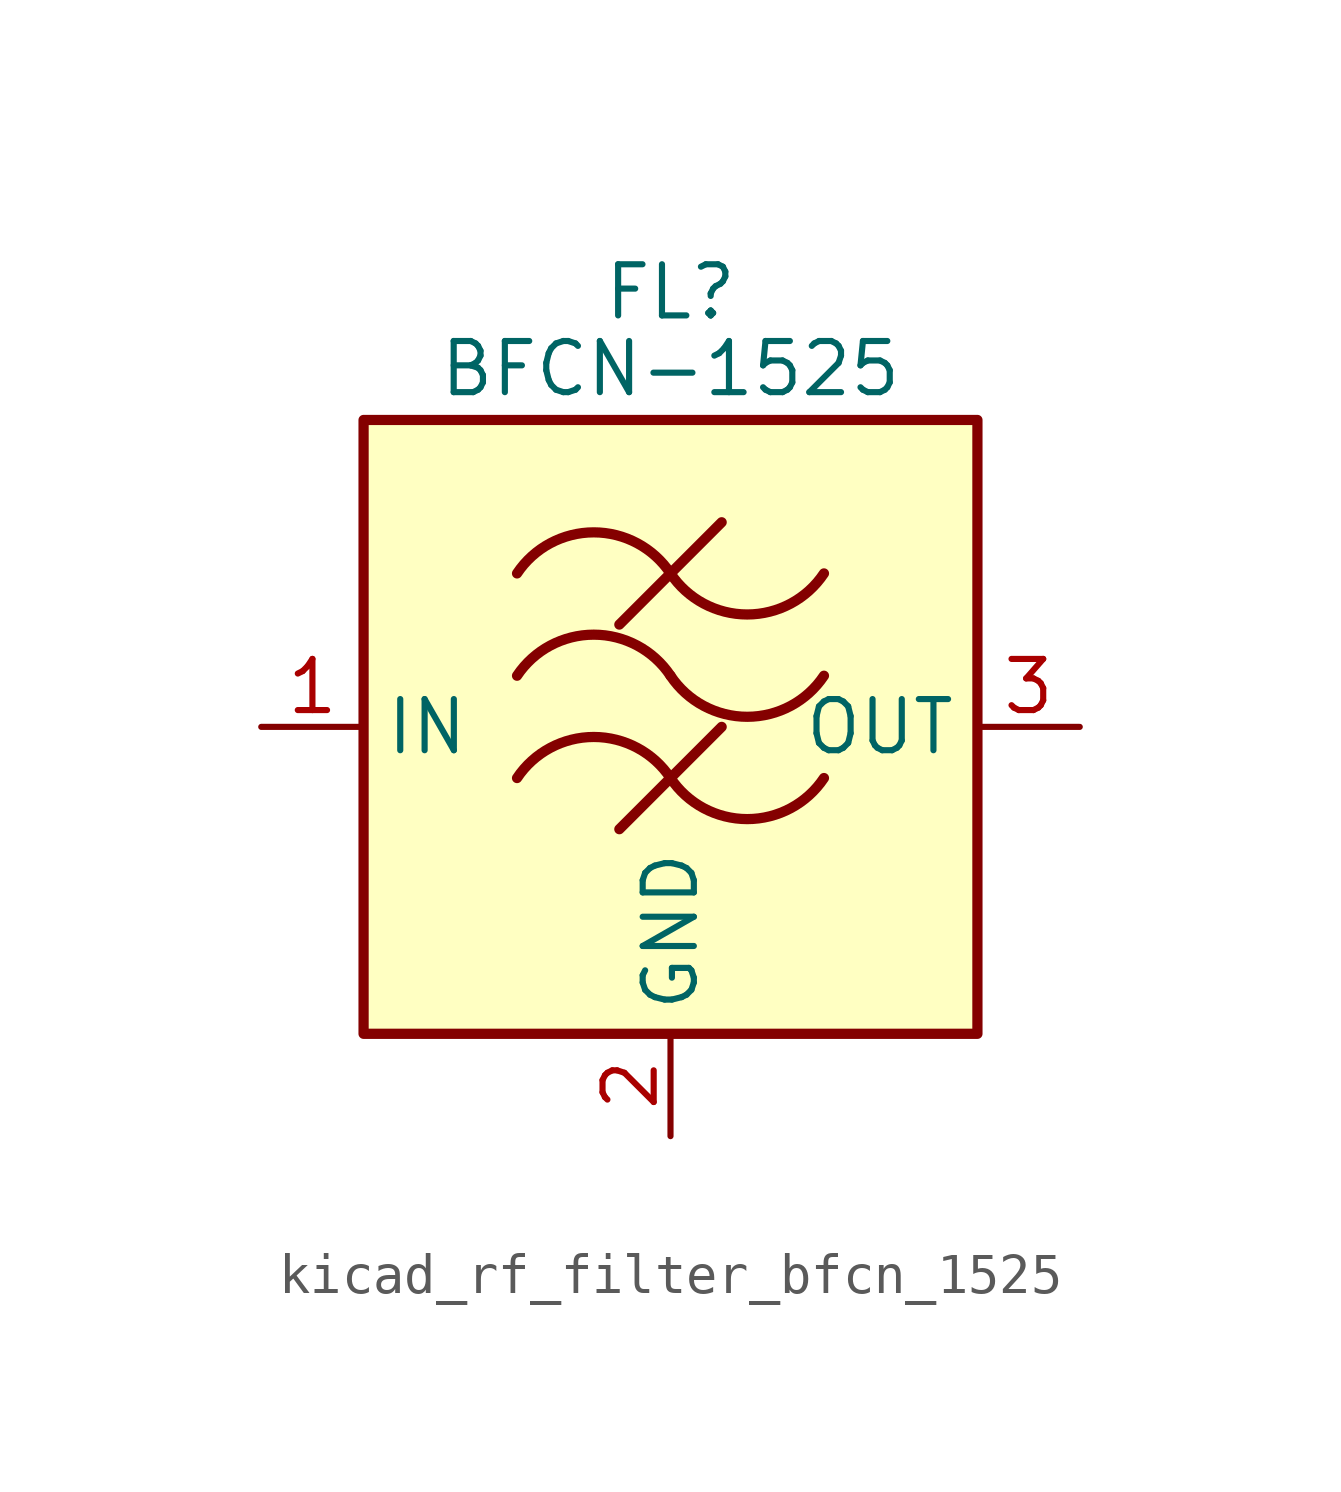
<source format=kicad_sym>
(kicad_symbol_lib
  (version 20220914)
  (generator kicad_symbol_editor)
  (symbol "kicad_rf_filter_bfcn_1525"
    (property "Reference" "FL"
      (at 0 10.795 0)
      (effects (font (size 1.27 1.27))))
    (property "Value" "BFCN-1525"
      (at 0 8.89 0)
      (effects (font (size 1.27 1.27))))
    (symbol "kicad_rf_filter_bfcn_1525_0_1"
      (rectangle (start -7.62 7.62) (end 7.62 -7.62) (stroke (width 0.254) (type default)) (fill (type background)))
      (arc (start 0 -1.27) (mid -1.905 -0.2505) (end -3.81 -1.27) (stroke (width 0.254) (type default)) (fill (type none)))
      (arc (start 0 -1.27) (mid 1.905 -2.2895) (end 3.81 -1.27) (stroke (width 0.254) (type default)) (fill (type none)))
      (polyline (pts (xy -1.27 -2.54) (xy 1.27 0)) (stroke (width 0.254) (type default)) (fill (type none)))
      (polyline (pts (xy -1.27 2.54) (xy 1.27 5.08)) (stroke (width 0.254) (type default)) (fill (type none)))
      (arc (start 0 1.27) (mid -1.905 2.2895) (end -3.81 1.27) (stroke (width 0.254) (type default)) (fill (type none)))
      (arc (start 0 1.27) (mid 1.905 0.2505) (end 3.81 1.27) (stroke (width 0.254) (type default)) (fill (type none)))
      (arc (start 0 3.81) (mid -1.905 4.8295) (end -3.81 3.81) (stroke (width 0.254) (type default)) (fill (type none)))
      (arc (start 0 3.81) (mid 1.905 2.7905) (end 3.81 3.81) (stroke (width 0.254) (type default)) (fill (type none))))
    (symbol "kicad_rf_filter_bfcn_1525_1_1"
      (pin passive line (at -10.16 0 0) (length 2.54) (name "IN" (effects (font (size 1.27 1.27)))) (number "1" (effects (font (size 1.27 1.27)))))
      (pin passive line (at 0 -10.16 90) (length 2.54) (name "GND" (effects (font (size 1.27 1.27)))) (number "2" (effects (font (size 1.27 1.27)))))
      (pin passive line (at 10.16 0 180) (length 2.54) (name "OUT" (effects (font (size 1.27 1.27)))) (number "3" (effects (font (size 1.27 1.27)))))
      (pin passive line (at 0 -10.16 90) (length 2.54) hide (name "GND" (effects (font (size 1.27 1.27)))) (number "4" (effects (font (size 1.27 1.27))))))))
</source>
